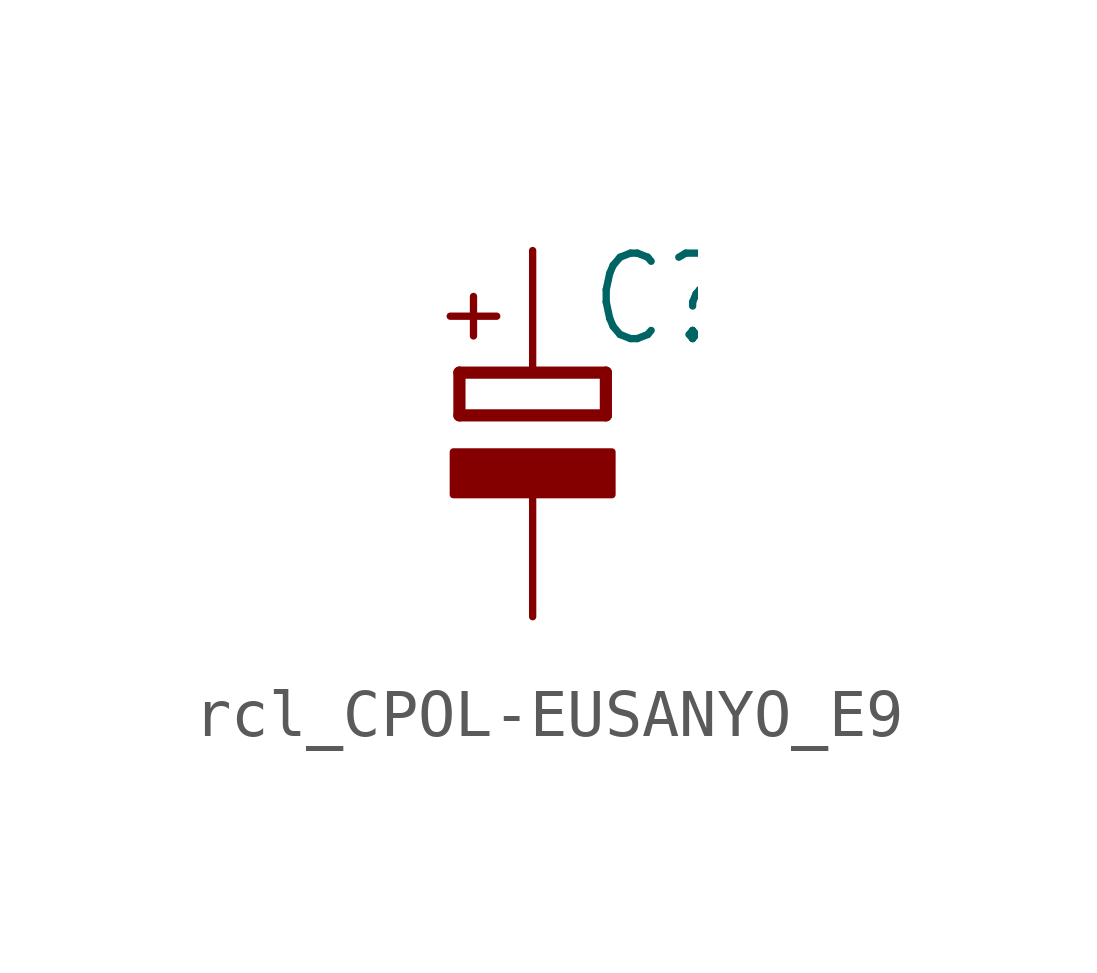
<source format=kicad_sym>
(kicad_symbol_lib
  (version 20231120)
  (generator "kicad_symbol_editor")
  (generator_version "8.0")
  (symbol "rcl_CPOL-EUSANYO_E9"
    (property "Reference" "C"
      (at 1.143 0.483 0)
      (effects (font (size 1.778 1.511)) (justify left bottom)))
    (property "Value" ""
      (at 1.143 -4.597 0)
      (effects (font (size 1.778 1.511)) (justify left bottom)))
    (property "ki_locked" ""
      (at 0 0 0)
      (effects (font (size 1.27 1.27))))
    (symbol "rcl_CPOL-EUSANYO_E9_1_0"
      (rectangle (start -1.651 -2.54) (end 1.651 -1.651) (stroke (width 0) (type default)) (fill (type outline)))
      (polyline (pts (xy -1.524 -0.889) (xy 1.524 -0.889)) (stroke (width 0.254) (type solid)) (fill (type none)))
      (polyline (pts (xy -1.524 0) (xy -1.524 -0.889)) (stroke (width 0.254) (type solid)) (fill (type none)))
      (polyline (pts (xy -1.524 0) (xy 1.524 0)) (stroke (width 0.254) (type solid)) (fill (type none)))
      (polyline (pts (xy 1.524 -0.889) (xy 1.524 0)) (stroke (width 0.254) (type solid)) (fill (type none)))
      (text "+" (at -0.584 0.406 900) (effects (font (size 1.27 1.079)) (justify left bottom)))
      (pin passive line (at 0 2.54 270) (length 2.54) (name "+" (effects (font (size 0 0)))) (number "+" (effects (font (size 0 0)))))
      (pin passive line (at 0 -5.08 90) (length 2.54) (name "-" (effects (font (size 0 0)))) (number "-" (effects (font (size 0 0))))))))
</source>
